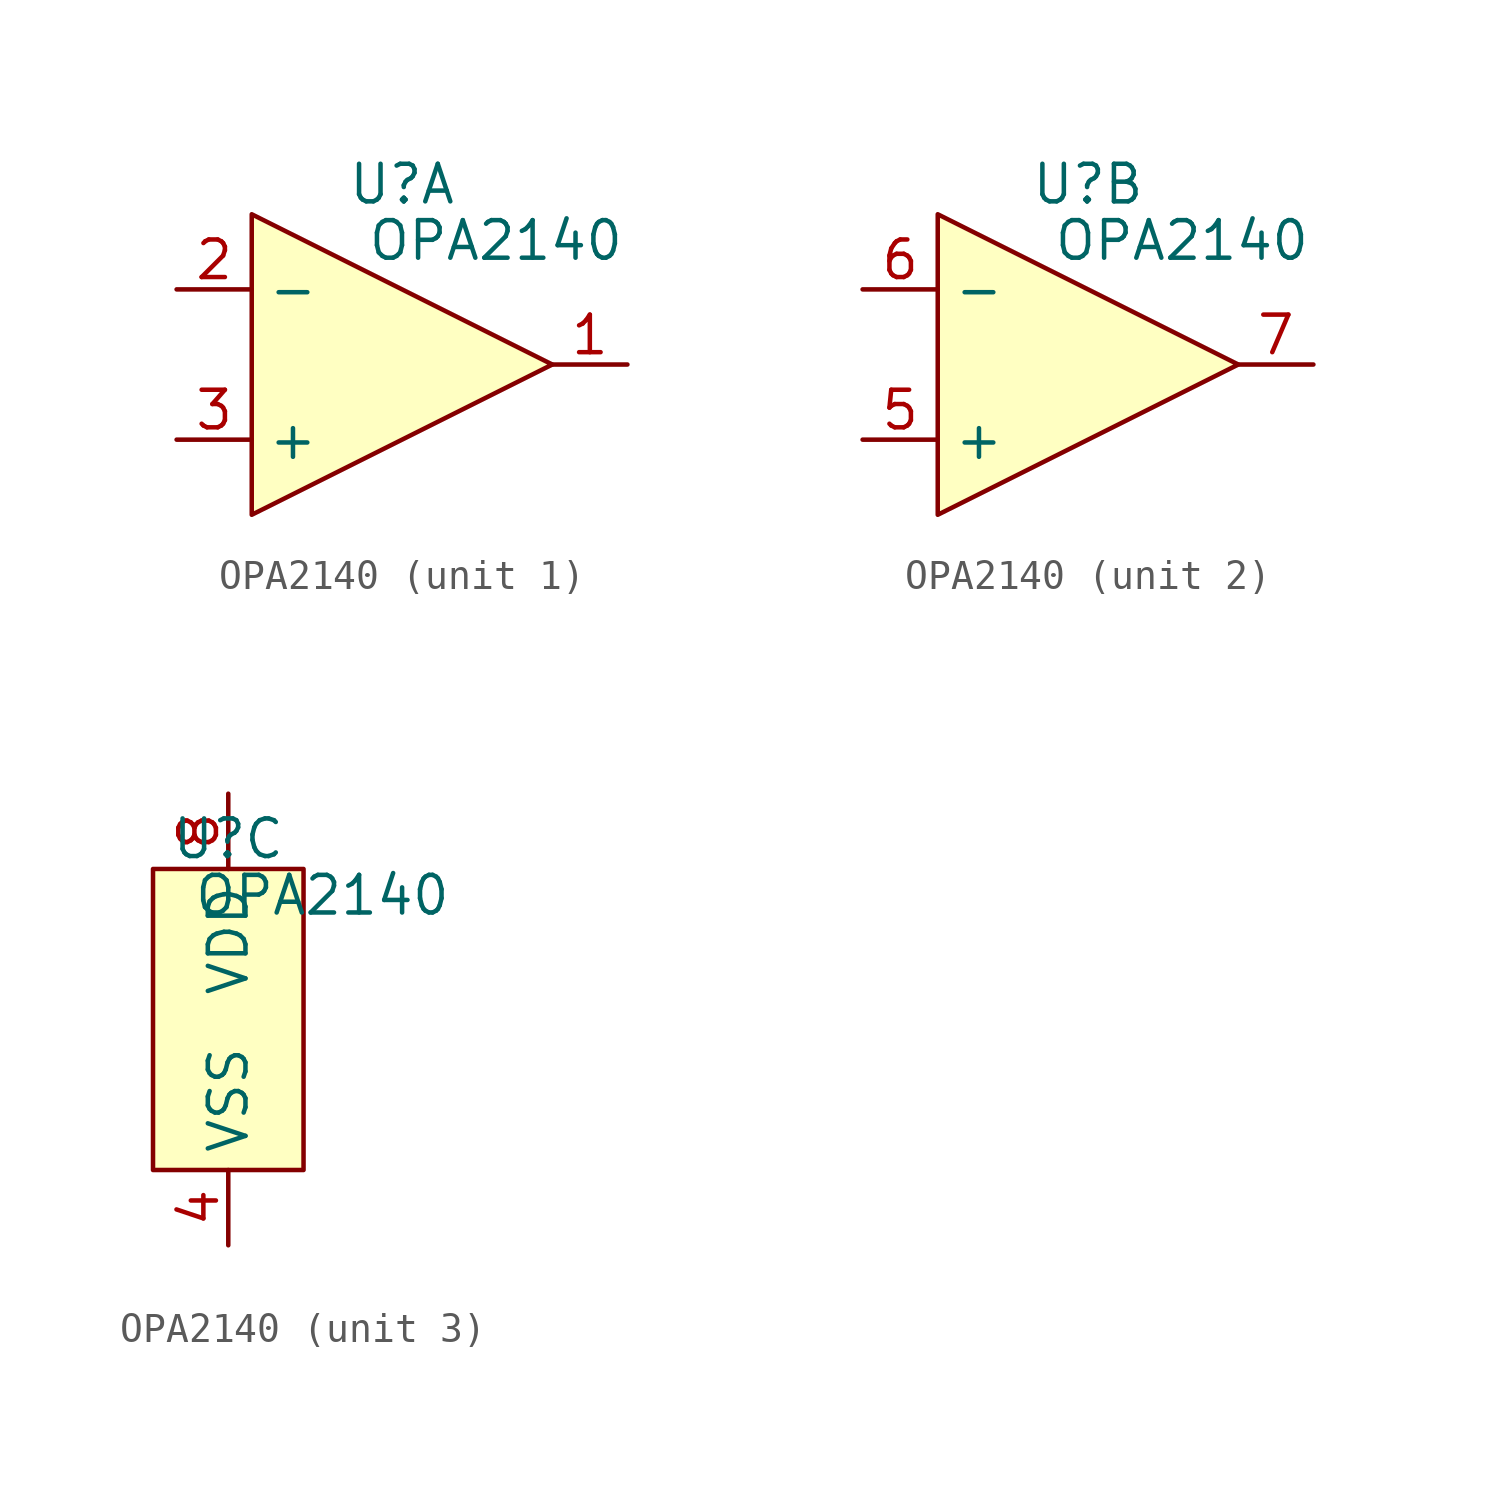
<source format=kicad_sym>
(kicad_symbol_lib
  (version 20231120)
  (generator "kicad_symbol_editor")
  (generator_version "8.0")
  (symbol "OPA2140"
    (property "Reference" "U"
      (at 0 6.096 0)
      (effects (font (size 1.27 1.27))))
    (property "Value" "OPA2140"
      (at 3.175 4.191 0)
      (effects (font (size 1.27 1.27))))
    (symbol "OPA2140_1_1"
      (polyline (pts (xy -5.08 5.08) (xy -5.08 -5.08) (xy 5.08 0) (xy -5.08 5.08)) (stroke (width 0) (type default)) (fill (type background)))
      (pin bidirectional line (at 7.62 0 180) (length 2.54) (name "" (effects (font (size 1.27 1.27)))) (number "1" (effects (font (size 1.27 1.27)))))
      (pin bidirectional line (at -7.62 2.54 0) (length 2.54) (name "-" (effects (font (size 1.27 1.27)))) (number "2" (effects (font (size 1.27 1.27)))))
      (pin bidirectional line (at -7.62 -2.54 0) (length 2.54) (name "+" (effects (font (size 1.27 1.27)))) (number "3" (effects (font (size 1.27 1.27))))))
    (symbol "OPA2140_2_1"
      (polyline (pts (xy -5.08 5.08) (xy -5.08 -5.08) (xy 5.08 0) (xy -5.08 5.08)) (stroke (width 0) (type default)) (fill (type background)))
      (pin bidirectional line (at -7.62 -2.54 0) (length 2.54) (name "+" (effects (font (size 1.27 1.27)))) (number "5" (effects (font (size 1.27 1.27)))))
      (pin bidirectional line (at -7.62 2.54 0) (length 2.54) (name "-" (effects (font (size 1.27 1.27)))) (number "6" (effects (font (size 1.27 1.27)))))
      (pin bidirectional line (at 7.62 0 180) (length 2.54) (name "" (effects (font (size 1.27 1.27)))) (number "7" (effects (font (size 1.27 1.27))))))
    (symbol "OPA2140_3_1"
      (rectangle (start -2.54 5.08) (end 2.54 -5.08) (stroke (width 0) (type default)) (fill (type background)))
      (pin power_in line (at 0 -7.62 90) (length 2.54) (name "VSS" (effects (font (size 1.27 1.27)))) (number "4" (effects (font (size 1.27 1.27)))))
      (pin power_in line (at 0 7.62 270) (length 2.54) (name "VDD" (effects (font (size 1.27 1.27)))) (number "8" (effects (font (size 1.27 1.27))))))))
</source>
